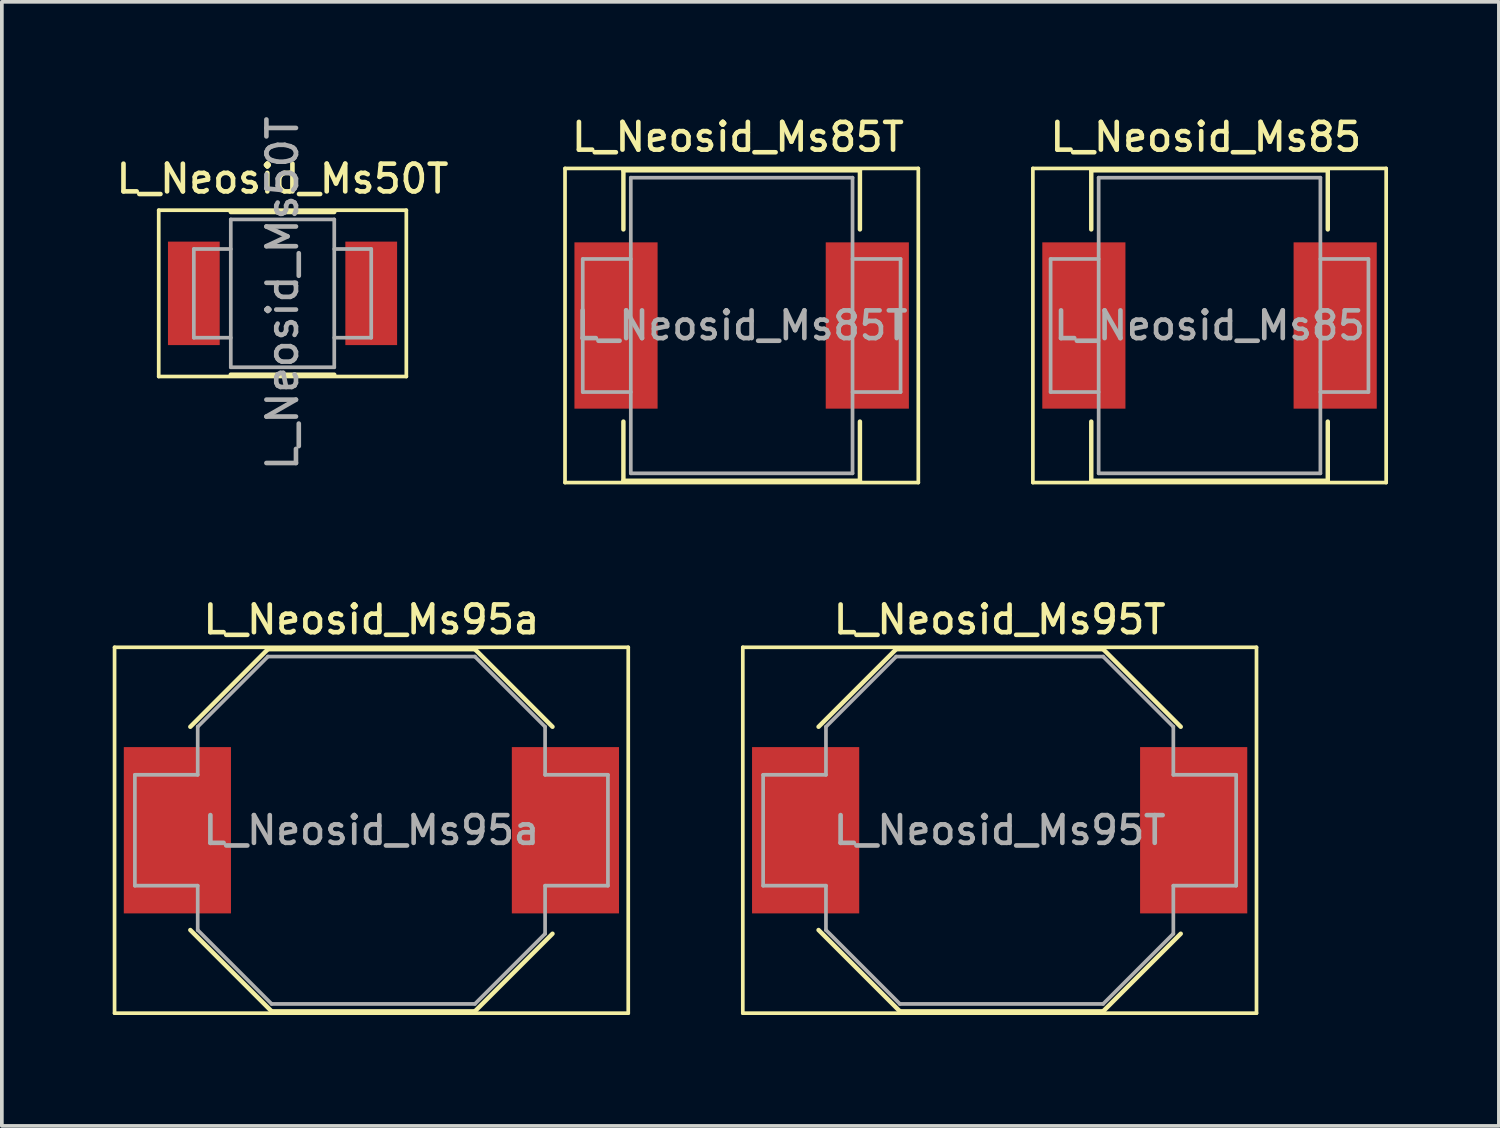
<source format=kicad_pcb>
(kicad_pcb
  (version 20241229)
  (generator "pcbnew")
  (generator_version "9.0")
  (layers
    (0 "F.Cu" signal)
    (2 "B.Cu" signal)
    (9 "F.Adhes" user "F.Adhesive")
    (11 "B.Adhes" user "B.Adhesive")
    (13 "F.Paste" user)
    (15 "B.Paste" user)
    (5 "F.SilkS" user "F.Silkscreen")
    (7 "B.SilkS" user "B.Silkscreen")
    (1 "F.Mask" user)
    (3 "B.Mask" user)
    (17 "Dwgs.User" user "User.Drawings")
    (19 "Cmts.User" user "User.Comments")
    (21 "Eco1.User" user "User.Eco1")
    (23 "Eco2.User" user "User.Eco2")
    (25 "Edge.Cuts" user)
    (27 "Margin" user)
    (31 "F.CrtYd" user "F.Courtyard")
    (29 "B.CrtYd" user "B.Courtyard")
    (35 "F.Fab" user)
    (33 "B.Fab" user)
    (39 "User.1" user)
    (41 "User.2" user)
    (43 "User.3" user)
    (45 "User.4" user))
  (footprint "L_Neosid_Ms95T"
    (layer "F.Cu")
    (at 24 19.416)
    (property "Reference" "L_Neosid_Ms95T" (at 0 -5.7 0) (layer "F.SilkS") (effects (font (size 0.75 0.75) (thickness 0.125))))
    (attr smd)
    (fp_line (start -6.95 -4.95) (end -6.95 4.95) (stroke (width 0.1) (type solid)) (layer "F.SilkS"))
    (fp_line (start -6.95 -4.95) (end 6.95 -4.95) (stroke (width 0.1) (type solid)) (layer "F.SilkS"))
    (fp_line (start -4.9 -2.8) (end -2.8 -4.9) (stroke (width 0.12) (type solid)) (layer "F.SilkS"))
    (fp_line (start -2.8 -4.9) (end 2.8 -4.9) (stroke (width 0.12) (type solid)) (layer "F.SilkS"))
    (fp_line (start -2.7 4.9) (end -4.9 2.7) (stroke (width 0.12) (type solid)) (layer "F.SilkS"))
    (fp_line (start -2.7 4.9) (end 2.8 4.9) (stroke (width 0.12) (type solid)) (layer "F.SilkS"))
    (fp_line (start 2.8 -4.9) (end 4.9 -2.8) (stroke (width 0.12) (type solid)) (layer "F.SilkS"))
    (fp_line (start 2.8 4.9) (end 4.9 2.8) (stroke (width 0.12) (type solid)) (layer "F.SilkS"))
    (fp_line (start 6.95 4.95) (end -6.95 4.95) (stroke (width 0.1) (type solid)) (layer "F.SilkS"))
    (fp_line (start 6.95 4.95) (end 6.95 -4.95) (stroke (width 0.1) (type solid)) (layer "F.SilkS"))
    (fp_line (start -6.4 -1.5) (end -6.4 1.5) (stroke (width 0.1) (type solid)) (layer "F.Fab"))
    (fp_line (start -6.4 -1.5) (end -4.7 -1.5) (stroke (width 0.1) (type solid)) (layer "F.Fab"))
    (fp_line (start -6.4 1.5) (end -4.7 1.5) (stroke (width 0.1) (type solid)) (layer "F.Fab"))
    (fp_line (start -4.7 -1.5) (end -4.7 -2.8) (stroke (width 0.1) (type solid)) (layer "F.Fab"))
    (fp_line (start -4.7 1.5) (end -4.7 2.7) (stroke (width 0.1) (type solid)) (layer "F.Fab"))
    (fp_line (start -4.7 2.7) (end -2.7 4.7) (stroke (width 0.1) (type solid)) (layer "F.Fab"))
    (fp_line (start -2.8 -4.7) (end -4.7 -2.8) (stroke (width 0.1) (type solid)) (layer "F.Fab"))
    (fp_line (start 2.8 -4.7) (end -2.8 -4.7) (stroke (width 0.1) (type solid)) (layer "F.Fab"))
    (fp_line (start 2.8 4.7) (end -2.7 4.7) (stroke (width 0.1) (type solid)) (layer "F.Fab"))
    (fp_line (start 4.7 -2.8) (end 2.8 -4.7) (stroke (width 0.1) (type solid)) (layer "F.Fab"))
    (fp_line (start 4.7 -1.5) (end 4.7 -2.8) (stroke (width 0.1) (type solid)) (layer "F.Fab"))
    (fp_line (start 4.7 1.5) (end 6.4 1.5) (stroke (width 0.1) (type solid)) (layer "F.Fab"))
    (fp_line (start 4.7 2.8) (end 2.8 4.7) (stroke (width 0.1) (type solid)) (layer "F.Fab"))
    (fp_line (start 4.7 2.8) (end 4.7 1.5) (stroke (width 0.1) (type solid)) (layer "F.Fab"))
    (fp_line (start 6.4 -1.5) (end 4.7 -1.5) (stroke (width 0.1) (type solid)) (layer "F.Fab"))
    (fp_line (start 6.4 1.5) (end 6.4 -1.5) (stroke (width 0.1) (type solid)) (layer "F.Fab"))
    (fp_text user "${REFERENCE}" (at 0 0 0) (layer "F.Fab") (effects (font (size 0.75 0.75) (thickness 0.125))))
    (pad "1" smd rect (at -5.25 0) (size 2.9 4.5) (layers "F.Cu" "F.Mask" "F.Paste"))
    (pad "2" smd rect (at 5.25 0) (size 2.9 4.5) (layers "F.Cu" "F.Mask" "F.Paste")))
  (footprint "L_Neosid_Ms50T"
    (layer "F.Cu")
    (at 4.595 4.888)
    (property "Reference" "L_Neosid_Ms50T" (at 0 -3.1 0) (layer "F.SilkS") (effects (font (size 0.75 0.75) (thickness 0.125))))
    (attr smd)
    (fp_line (start -3.35 -2.25) (end -3.35 2.25) (stroke (width 0.1) (type solid)) (layer "F.SilkS"))
    (fp_line (start -3.35 -2.25) (end 3.35 -2.25) (stroke (width 0.1) (type solid)) (layer "F.SilkS"))
    (fp_line (start -1.4 2.2) (end 1.4 2.2) (stroke (width 0.12) (type solid)) (layer "F.SilkS"))
    (fp_line (start 1.4 -2.2) (end -1.4 -2.2) (stroke (width 0.12) (type solid)) (layer "F.SilkS"))
    (fp_line (start 3.35 2.25) (end -3.35 2.25) (stroke (width 0.1) (type solid)) (layer "F.SilkS"))
    (fp_line (start 3.35 2.25) (end 3.35 -2.25) (stroke (width 0.1) (type solid)) (layer "F.SilkS"))
    (fp_line (start -2.4 -1.2) (end -2.4 1.2) (stroke (width 0.1) (type solid)) (layer "F.Fab"))
    (fp_line (start -2.4 -1.2) (end -1.4 -1.2) (stroke (width 0.1) (type solid)) (layer "F.Fab"))
    (fp_line (start -2.4 1.2) (end -1.4 1.2) (stroke (width 0.1) (type solid)) (layer "F.Fab"))
    (fp_line (start -1.4 -2) (end -1.4 2) (stroke (width 0.1) (type solid)) (layer "F.Fab"))
    (fp_line (start -1.4 2) (end 1.4 2) (stroke (width 0.1) (type solid)) (layer "F.Fab"))
    (fp_line (start 1.4 -2) (end -1.4 -2) (stroke (width 0.1) (type solid)) (layer "F.Fab"))
    (fp_line (start 1.4 1.2) (end 2.4 1.2) (stroke (width 0.1) (type solid)) (layer "F.Fab"))
    (fp_line (start 1.4 2) (end 1.4 -2) (stroke (width 0.1) (type solid)) (layer "F.Fab"))
    (fp_line (start 2.4 -1.2) (end 1.4 -1.2) (stroke (width 0.1) (type solid)) (layer "F.Fab"))
    (fp_line (start 2.4 1.2) (end 2.4 -1.2) (stroke (width 0.1) (type solid)) (layer "F.Fab"))
    (fp_text user "${REFERENCE}" (at 0 0 90) (layer "F.Fab") (effects (font (size 0.8 0.8) (thickness 0.125))))
    (pad "1" smd rect (at -2.4 0) (size 1.4 2.8) (layers "F.Cu" "F.Mask" "F.Paste"))
    (pad "2" smd rect (at 2.4 0) (size 1.4 2.8) (layers "F.Cu" "F.Mask" "F.Paste")))
  (footprint "L_Neosid_Ms85T"
    (layer "F.Cu")
    (at 17.019 5.758)
    (property "Reference" "L_Neosid_Ms85T" (at -0.1 -5.1 0) (layer "F.SilkS") (effects (font (size 0.75 0.75) (thickness 0.125))))
    (attr smd)
    (fp_line (start -4.78 -4.25) (end -4.78 4.25) (stroke (width 0.1) (type solid)) (layer "F.SilkS"))
    (fp_line (start -4.78 -4.25) (end 4.78 -4.25) (stroke (width 0.1) (type solid)) (layer "F.SilkS"))
    (fp_line (start -3.2 -4.2) (end -3.2 -2.6) (stroke (width 0.12) (type solid)) (layer "F.SilkS"))
    (fp_line (start -3.2 2.6) (end -3.2 4.2) (stroke (width 0.12) (type solid)) (layer "F.SilkS"))
    (fp_line (start -3.2 4.2) (end 3.2 4.2) (stroke (width 0.12) (type solid)) (layer "F.SilkS"))
    (fp_line (start 3.2 -4.2) (end -3.2 -4.2) (stroke (width 0.12) (type solid)) (layer "F.SilkS"))
    (fp_line (start 3.2 -2.6) (end 3.2 -4.2) (stroke (width 0.12) (type solid)) (layer "F.SilkS"))
    (fp_line (start 3.2 4.2) (end 3.2 2.6) (stroke (width 0.12) (type solid)) (layer "F.SilkS"))
    (fp_line (start 4.78 4.25) (end -4.78 4.25) (stroke (width 0.1) (type solid)) (layer "F.SilkS"))
    (fp_line (start 4.78 4.25) (end 4.78 -4.25) (stroke (width 0.1) (type solid)) (layer "F.SilkS"))
    (fp_line (start -4.3 -1.8) (end -4.3 1.8) (stroke (width 0.1) (type solid)) (layer "F.Fab"))
    (fp_line (start -4.3 -1.8) (end -3 -1.8) (stroke (width 0.1) (type solid)) (layer "F.Fab"))
    (fp_line (start -4.3 1.8) (end -3 1.8) (stroke (width 0.1) (type solid)) (layer "F.Fab"))
    (fp_line (start -3 -4) (end 3 -4) (stroke (width 0.1) (type solid)) (layer "F.Fab"))
    (fp_line (start -3 4) (end -3 -4) (stroke (width 0.1) (type solid)) (layer "F.Fab"))
    (fp_line (start 3 -4) (end 3 4) (stroke (width 0.1) (type solid)) (layer "F.Fab"))
    (fp_line (start 3 1.8) (end 4.3 1.8) (stroke (width 0.1) (type solid)) (layer "F.Fab"))
    (fp_line (start 3 4) (end -3 4) (stroke (width 0.1) (type solid)) (layer "F.Fab"))
    (fp_line (start 4.3 -1.8) (end 3 -1.8) (stroke (width 0.1) (type solid)) (layer "F.Fab"))
    (fp_line (start 4.3 1.8) (end 4.3 -1.8) (stroke (width 0.1) (type solid)) (layer "F.Fab"))
    (fp_text user "${REFERENCE}" (at 0 0 0) (layer "F.Fab") (effects (font (size 0.75 0.75) (thickness 0.125))))
    (pad "1" smd rect (at -3.4 0) (size 2.25 4.5) (layers "F.Cu" "F.Mask" "F.Paste"))
    (pad "2" smd rect (at 3.4 0) (size 2.25 4.5) (layers "F.Cu" "F.Mask" "F.Paste")))
  (footprint "L_Neosid_Ms85"
    (layer "F.Cu")
    (at 29.679 5.758)
    (property "Reference" "L_Neosid_Ms85" (at -0.1 -5.1 0) (layer "F.SilkS") (effects (font (size 0.75 0.75) (thickness 0.125))))
    (attr smd)
    (fp_line (start -4.78 -4.25) (end -4.78 4.25) (stroke (width 0.1) (type solid)) (layer "F.SilkS"))
    (fp_line (start -4.78 -4.25) (end 4.78 -4.25) (stroke (width 0.1) (type solid)) (layer "F.SilkS"))
    (fp_line (start -3.2 -4.2) (end -3.2 -2.6) (stroke (width 0.12) (type solid)) (layer "F.SilkS"))
    (fp_line (start -3.2 2.6) (end -3.2 4.2) (stroke (width 0.12) (type solid)) (layer "F.SilkS"))
    (fp_line (start -3.2 4.2) (end 3.2 4.2) (stroke (width 0.12) (type solid)) (layer "F.SilkS"))
    (fp_line (start 3.2 -4.2) (end -3.2 -4.2) (stroke (width 0.12) (type solid)) (layer "F.SilkS"))
    (fp_line (start 3.2 -2.6) (end 3.2 -4.2) (stroke (width 0.12) (type solid)) (layer "F.SilkS"))
    (fp_line (start 3.2 4.2) (end 3.2 2.6) (stroke (width 0.12) (type solid)) (layer "F.SilkS"))
    (fp_line (start 4.78 4.25) (end -4.78 4.25) (stroke (width 0.1) (type solid)) (layer "F.SilkS"))
    (fp_line (start 4.78 4.25) (end 4.78 -4.25) (stroke (width 0.1) (type solid)) (layer "F.SilkS"))
    (fp_line (start -4.3 -1.8) (end -4.3 1.8) (stroke (width 0.1) (type solid)) (layer "F.Fab"))
    (fp_line (start -4.3 -1.8) (end -3 -1.8) (stroke (width 0.1) (type solid)) (layer "F.Fab"))
    (fp_line (start -4.3 1.8) (end -3 1.8) (stroke (width 0.1) (type solid)) (layer "F.Fab"))
    (fp_line (start -3 -4) (end 3 -4) (stroke (width 0.1) (type solid)) (layer "F.Fab"))
    (fp_line (start -3 4) (end -3 -4) (stroke (width 0.1) (type solid)) (layer "F.Fab"))
    (fp_line (start 3 -4) (end 3 4) (stroke (width 0.1) (type solid)) (layer "F.Fab"))
    (fp_line (start 3 1.8) (end 4.3 1.8) (stroke (width 0.1) (type solid)) (layer "F.Fab"))
    (fp_line (start 3 4) (end -3 4) (stroke (width 0.1) (type solid)) (layer "F.Fab"))
    (fp_line (start 4.3 -1.8) (end 3 -1.8) (stroke (width 0.1) (type solid)) (layer "F.Fab"))
    (fp_line (start 4.3 1.8) (end 4.3 -1.8) (stroke (width 0.1) (type solid)) (layer "F.Fab"))
    (fp_text user "${REFERENCE}" (at 0 0 0) (layer "F.Fab") (effects (font (size 0.75 0.75) (thickness 0.125))))
    (pad "1" smd rect (at -3.4 0) (size 2.25 4.5) (layers "F.Cu" "F.Mask" "F.Paste"))
    (pad "2" smd rect (at 3.4 0) (size 2.25 4.5) (layers "F.Cu" "F.Mask" "F.Paste")))
  (footprint "L_Neosid_Ms95a"
    (layer "F.Cu")
    (at 7 19.416)
    (property "Reference" "L_Neosid_Ms95a" (at 0 -5.7 0) (layer "F.SilkS") (effects (font (size 0.75 0.75) (thickness 0.125))))
    (attr smd)
    (fp_line (start -6.95 -4.95) (end -6.95 4.95) (stroke (width 0.1) (type solid)) (layer "F.SilkS"))
    (fp_line (start -6.95 -4.95) (end 6.95 -4.95) (stroke (width 0.1) (type solid)) (layer "F.SilkS"))
    (fp_line (start -4.9 -2.8) (end -2.8 -4.9) (stroke (width 0.12) (type solid)) (layer "F.SilkS"))
    (fp_line (start -2.8 -4.9) (end 2.8 -4.9) (stroke (width 0.12) (type solid)) (layer "F.SilkS"))
    (fp_line (start -2.7 4.9) (end -4.9 2.7) (stroke (width 0.12) (type solid)) (layer "F.SilkS"))
    (fp_line (start -2.7 4.9) (end 2.8 4.9) (stroke (width 0.12) (type solid)) (layer "F.SilkS"))
    (fp_line (start 2.8 -4.9) (end 4.9 -2.8) (stroke (width 0.12) (type solid)) (layer "F.SilkS"))
    (fp_line (start 2.8 4.9) (end 4.9 2.8) (stroke (width 0.12) (type solid)) (layer "F.SilkS"))
    (fp_line (start 6.95 4.95) (end -6.95 4.95) (stroke (width 0.1) (type solid)) (layer "F.SilkS"))
    (fp_line (start 6.95 4.95) (end 6.95 -4.95) (stroke (width 0.1) (type solid)) (layer "F.SilkS"))
    (fp_line (start -6.4 -1.5) (end -6.4 1.5) (stroke (width 0.1) (type solid)) (layer "F.Fab"))
    (fp_line (start -6.4 -1.5) (end -4.7 -1.5) (stroke (width 0.1) (type solid)) (layer "F.Fab"))
    (fp_line (start -6.4 1.5) (end -4.7 1.5) (stroke (width 0.1) (type solid)) (layer "F.Fab"))
    (fp_line (start -4.7 -1.5) (end -4.7 -2.8) (stroke (width 0.1) (type solid)) (layer "F.Fab"))
    (fp_line (start -4.7 1.5) (end -4.7 2.7) (stroke (width 0.1) (type solid)) (layer "F.Fab"))
    (fp_line (start -4.7 2.7) (end -2.7 4.7) (stroke (width 0.1) (type solid)) (layer "F.Fab"))
    (fp_line (start -2.8 -4.7) (end -4.7 -2.8) (stroke (width 0.1) (type solid)) (layer "F.Fab"))
    (fp_line (start 2.8 -4.7) (end -2.8 -4.7) (stroke (width 0.1) (type solid)) (layer "F.Fab"))
    (fp_line (start 2.8 4.7) (end -2.7 4.7) (stroke (width 0.1) (type solid)) (layer "F.Fab"))
    (fp_line (start 4.7 -2.8) (end 2.8 -4.7) (stroke (width 0.1) (type solid)) (layer "F.Fab"))
    (fp_line (start 4.7 -1.5) (end 4.7 -2.8) (stroke (width 0.1) (type solid)) (layer "F.Fab"))
    (fp_line (start 4.7 1.5) (end 6.4 1.5) (stroke (width 0.1) (type solid)) (layer "F.Fab"))
    (fp_line (start 4.7 2.8) (end 2.8 4.7) (stroke (width 0.1) (type solid)) (layer "F.Fab"))
    (fp_line (start 4.7 2.8) (end 4.7 1.5) (stroke (width 0.1) (type solid)) (layer "F.Fab"))
    (fp_line (start 6.4 -1.5) (end 4.7 -1.5) (stroke (width 0.1) (type solid)) (layer "F.Fab"))
    (fp_line (start 6.4 1.5) (end 6.4 -1.5) (stroke (width 0.1) (type solid)) (layer "F.Fab"))
    (fp_text user "${REFERENCE}" (at 0 0 0) (layer "F.Fab") (effects (font (size 0.75 0.75) (thickness 0.125))))
    (pad "1" smd rect (at -5.25 0) (size 2.9 4.5) (layers "F.Cu" "F.Mask" "F.Paste"))
    (pad "2" smd rect (at 5.25 0) (size 2.9 4.5) (layers "F.Cu" "F.Mask" "F.Paste")))
  (gr_rect
    (start -3 -3)
    (end 37.509 27.416)
    (stroke (width 0.1) (type default))
    (fill no)
    (layer "Edge.Cuts")))
</source>
